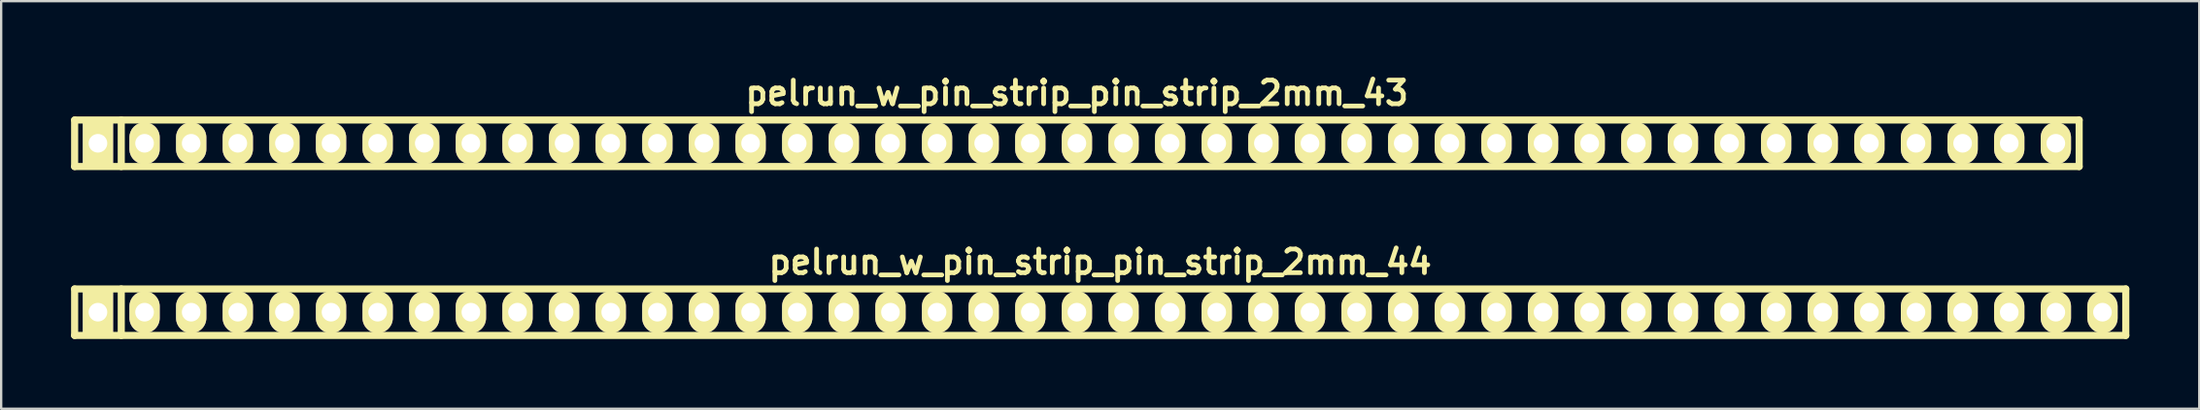
<source format=kicad_pcb>
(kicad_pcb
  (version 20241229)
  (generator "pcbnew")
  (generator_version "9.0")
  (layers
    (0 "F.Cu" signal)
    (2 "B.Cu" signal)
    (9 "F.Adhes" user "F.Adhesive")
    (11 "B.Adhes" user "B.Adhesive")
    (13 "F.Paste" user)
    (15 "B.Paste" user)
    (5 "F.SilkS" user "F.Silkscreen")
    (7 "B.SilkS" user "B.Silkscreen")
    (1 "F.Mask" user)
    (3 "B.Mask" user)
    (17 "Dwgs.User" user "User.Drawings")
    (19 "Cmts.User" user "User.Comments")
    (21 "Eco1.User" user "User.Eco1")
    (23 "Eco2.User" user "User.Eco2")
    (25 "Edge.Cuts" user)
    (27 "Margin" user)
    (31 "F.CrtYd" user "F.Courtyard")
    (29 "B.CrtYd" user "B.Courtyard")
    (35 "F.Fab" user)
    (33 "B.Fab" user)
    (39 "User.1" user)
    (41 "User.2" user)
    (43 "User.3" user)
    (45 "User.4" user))
  (footprint "pelrun_w_pin_strip_pin_strip_2mm_44"
    (layer "F.Cu")
    (at 44.152 10.372)
    (property "Reference" "pelrun_w_pin_strip_pin_strip_2mm_44" (at 0 -2.159 0) (layer "F.SilkS") (effects (font (size 1.016 1.016) (thickness 0.203))))
    (attr through_hole)
    (fp_line (start -44 -1) (end 44 -1) (stroke (width 0.305) (type solid)) (layer "F.SilkS"))
    (fp_line (start -44 1) (end -44 -1) (stroke (width 0.305) (type solid)) (layer "F.SilkS"))
    (fp_line (start -42 -1) (end -42 1) (stroke (width 0.305) (type solid)) (layer "F.SilkS"))
    (fp_line (start 44 -1) (end 44 1) (stroke (width 0.305) (type solid)) (layer "F.SilkS"))
    (fp_line (start 44 1) (end -44 1) (stroke (width 0.305) (type solid)) (layer "F.SilkS"))
    (pad "1" thru_hole rect (at -43 0) (size 1.3 1.8) (drill 0.8) (layers "*.Cu" "*.Mask" "F.SilkS"))
    (pad "2" thru_hole oval (at -41 0) (size 1.3 1.8) (drill 0.8) (layers "*.Cu" "*.Mask" "F.SilkS"))
    (pad "3" thru_hole oval (at -39 0) (size 1.3 1.8) (drill 0.8) (layers "*.Cu" "*.Mask" "F.SilkS"))
    (pad "4" thru_hole oval (at -37 0) (size 1.3 1.8) (drill 0.8) (layers "*.Cu" "*.Mask" "F.SilkS"))
    (pad "5" thru_hole oval (at -35 0) (size 1.3 1.8) (drill 0.8) (layers "*.Cu" "*.Mask" "F.SilkS"))
    (pad "6" thru_hole oval (at -33 0) (size 1.3 1.8) (drill 0.8) (layers "*.Cu" "*.Mask" "F.SilkS"))
    (pad "7" thru_hole oval (at -31 0) (size 1.3 1.8) (drill 0.8) (layers "*.Cu" "*.Mask" "F.SilkS"))
    (pad "8" thru_hole oval (at -29 0) (size 1.3 1.8) (drill 0.8) (layers "*.Cu" "*.Mask" "F.SilkS"))
    (pad "9" thru_hole oval (at -27 0) (size 1.3 1.8) (drill 0.8) (layers "*.Cu" "*.Mask" "F.SilkS"))
    (pad "10" thru_hole oval (at -25 0) (size 1.3 1.8) (drill 0.8) (layers "*.Cu" "*.Mask" "F.SilkS"))
    (pad "11" thru_hole oval (at -23 0) (size 1.3 1.8) (drill 0.8) (layers "*.Cu" "*.Mask" "F.SilkS"))
    (pad "12" thru_hole oval (at -21 0) (size 1.3 1.8) (drill 0.8) (layers "*.Cu" "*.Mask" "F.SilkS"))
    (pad "13" thru_hole oval (at -19 0) (size 1.3 1.8) (drill 0.8) (layers "*.Cu" "*.Mask" "F.SilkS"))
    (pad "14" thru_hole oval (at -17 0) (size 1.3 1.8) (drill 0.8) (layers "*.Cu" "*.Mask" "F.SilkS"))
    (pad "15" thru_hole oval (at -15 0) (size 1.3 1.8) (drill 0.8) (layers "*.Cu" "*.Mask" "F.SilkS"))
    (pad "16" thru_hole oval (at -13 0) (size 1.3 1.8) (drill 0.8) (layers "*.Cu" "*.Mask" "F.SilkS"))
    (pad "17" thru_hole oval (at -11 0) (size 1.3 1.8) (drill 0.8) (layers "*.Cu" "*.Mask" "F.SilkS"))
    (pad "18" thru_hole oval (at -9 0) (size 1.3 1.8) (drill 0.8) (layers "*.Cu" "*.Mask" "F.SilkS"))
    (pad "19" thru_hole oval (at -7 0) (size 1.3 1.8) (drill 0.8) (layers "*.Cu" "*.Mask" "F.SilkS"))
    (pad "20" thru_hole oval (at -5 0) (size 1.3 1.8) (drill 0.8) (layers "*.Cu" "*.Mask" "F.SilkS"))
    (pad "21" thru_hole oval (at -3 0) (size 1.3 1.8) (drill 0.8) (layers "*.Cu" "*.Mask" "F.SilkS"))
    (pad "22" thru_hole oval (at -1 0) (size 1.3 1.8) (drill 0.8) (layers "*.Cu" "*.Mask" "F.SilkS"))
    (pad "23" thru_hole oval (at 1 0) (size 1.3 1.8) (drill 0.8) (layers "*.Cu" "*.Mask" "F.SilkS"))
    (pad "24" thru_hole oval (at 3 0) (size 1.3 1.8) (drill 0.8) (layers "*.Cu" "*.Mask" "F.SilkS"))
    (pad "25" thru_hole oval (at 5 0) (size 1.3 1.8) (drill 0.8) (layers "*.Cu" "*.Mask" "F.SilkS"))
    (pad "26" thru_hole oval (at 7 0) (size 1.3 1.8) (drill 0.8) (layers "*.Cu" "*.Mask" "F.SilkS"))
    (pad "27" thru_hole oval (at 9 0) (size 1.3 1.8) (drill 0.8) (layers "*.Cu" "*.Mask" "F.SilkS"))
    (pad "28" thru_hole oval (at 11 0) (size 1.3 1.8) (drill 0.8) (layers "*.Cu" "*.Mask" "F.SilkS"))
    (pad "29" thru_hole oval (at 13 0) (size 1.3 1.8) (drill 0.8) (layers "*.Cu" "*.Mask" "F.SilkS"))
    (pad "30" thru_hole oval (at 15 0) (size 1.3 1.8) (drill 0.8) (layers "*.Cu" "*.Mask" "F.SilkS"))
    (pad "31" thru_hole oval (at 17 0) (size 1.3 1.8) (drill 0.8) (layers "*.Cu" "*.Mask" "F.SilkS"))
    (pad "32" thru_hole oval (at 19 0) (size 1.3 1.8) (drill 0.8) (layers "*.Cu" "*.Mask" "F.SilkS"))
    (pad "33" thru_hole oval (at 21 0) (size 1.3 1.8) (drill 0.8) (layers "*.Cu" "*.Mask" "F.SilkS"))
    (pad "34" thru_hole oval (at 23 0) (size 1.3 1.8) (drill 0.8) (layers "*.Cu" "*.Mask" "F.SilkS"))
    (pad "35" thru_hole oval (at 25 0) (size 1.3 1.8) (drill 0.8) (layers "*.Cu" "*.Mask" "F.SilkS"))
    (pad "36" thru_hole oval (at 27 0) (size 1.3 1.8) (drill 0.8) (layers "*.Cu" "*.Mask" "F.SilkS"))
    (pad "37" thru_hole oval (at 29 0) (size 1.3 1.8) (drill 0.8) (layers "*.Cu" "*.Mask" "F.SilkS"))
    (pad "38" thru_hole oval (at 31 0) (size 1.3 1.8) (drill 0.8) (layers "*.Cu" "*.Mask" "F.SilkS"))
    (pad "39" thru_hole oval (at 33 0) (size 1.3 1.8) (drill 0.8) (layers "*.Cu" "*.Mask" "F.SilkS"))
    (pad "40" thru_hole oval (at 35 0) (size 1.3 1.8) (drill 0.8) (layers "*.Cu" "*.Mask" "F.SilkS"))
    (pad "41" thru_hole oval (at 37 0) (size 1.3 1.8) (drill 0.8) (layers "*.Cu" "*.Mask" "F.SilkS"))
    (pad "42" thru_hole oval (at 39 0) (size 1.3 1.8) (drill 0.8) (layers "*.Cu" "*.Mask" "F.SilkS"))
    (pad "43" thru_hole oval (at 41 0) (size 1.3 1.8) (drill 0.8) (layers "*.Cu" "*.Mask" "F.SilkS"))
    (pad "44" thru_hole oval (at 43 0) (size 1.3 1.8) (drill 0.8) (layers "*.Cu" "*.Mask" "F.SilkS")))
  (footprint "pelrun_w_pin_strip_pin_strip_2mm_43"
    (layer "F.Cu")
    (at 43.152 3.11)
    (property "Reference" "pelrun_w_pin_strip_pin_strip_2mm_43" (at 0 -2.159 0) (layer "F.SilkS") (effects (font (size 1.016 1.016) (thickness 0.203))))
    (attr through_hole)
    (fp_line (start -43 -1) (end 43 -1) (stroke (width 0.305) (type solid)) (layer "F.SilkS"))
    (fp_line (start -43 1) (end -43 -1) (stroke (width 0.305) (type solid)) (layer "F.SilkS"))
    (fp_line (start -41 -1) (end -41 1) (stroke (width 0.305) (type solid)) (layer "F.SilkS"))
    (fp_line (start 43 -1) (end 43 1) (stroke (width 0.305) (type solid)) (layer "F.SilkS"))
    (fp_line (start 43 1) (end -43 1) (stroke (width 0.305) (type solid)) (layer "F.SilkS"))
    (pad "1" thru_hole rect (at -42 0) (size 1.3 1.8) (drill 0.8) (layers "*.Cu" "*.Mask" "F.SilkS"))
    (pad "2" thru_hole oval (at -40 0) (size 1.3 1.8) (drill 0.8) (layers "*.Cu" "*.Mask" "F.SilkS"))
    (pad "3" thru_hole oval (at -38 0) (size 1.3 1.8) (drill 0.8) (layers "*.Cu" "*.Mask" "F.SilkS"))
    (pad "4" thru_hole oval (at -36 0) (size 1.3 1.8) (drill 0.8) (layers "*.Cu" "*.Mask" "F.SilkS"))
    (pad "5" thru_hole oval (at -34 0) (size 1.3 1.8) (drill 0.8) (layers "*.Cu" "*.Mask" "F.SilkS"))
    (pad "6" thru_hole oval (at -32 0) (size 1.3 1.8) (drill 0.8) (layers "*.Cu" "*.Mask" "F.SilkS"))
    (pad "7" thru_hole oval (at -30 0) (size 1.3 1.8) (drill 0.8) (layers "*.Cu" "*.Mask" "F.SilkS"))
    (pad "8" thru_hole oval (at -28 0) (size 1.3 1.8) (drill 0.8) (layers "*.Cu" "*.Mask" "F.SilkS"))
    (pad "9" thru_hole oval (at -26 0) (size 1.3 1.8) (drill 0.8) (layers "*.Cu" "*.Mask" "F.SilkS"))
    (pad "10" thru_hole oval (at -24 0) (size 1.3 1.8) (drill 0.8) (layers "*.Cu" "*.Mask" "F.SilkS"))
    (pad "11" thru_hole oval (at -22 0) (size 1.3 1.8) (drill 0.8) (layers "*.Cu" "*.Mask" "F.SilkS"))
    (pad "12" thru_hole oval (at -20 0) (size 1.3 1.8) (drill 0.8) (layers "*.Cu" "*.Mask" "F.SilkS"))
    (pad "13" thru_hole oval (at -18 0) (size 1.3 1.8) (drill 0.8) (layers "*.Cu" "*.Mask" "F.SilkS"))
    (pad "14" thru_hole oval (at -16 0) (size 1.3 1.8) (drill 0.8) (layers "*.Cu" "*.Mask" "F.SilkS"))
    (pad "15" thru_hole oval (at -14 0) (size 1.3 1.8) (drill 0.8) (layers "*.Cu" "*.Mask" "F.SilkS"))
    (pad "16" thru_hole oval (at -12 0) (size 1.3 1.8) (drill 0.8) (layers "*.Cu" "*.Mask" "F.SilkS"))
    (pad "17" thru_hole oval (at -10 0) (size 1.3 1.8) (drill 0.8) (layers "*.Cu" "*.Mask" "F.SilkS"))
    (pad "18" thru_hole oval (at -8 0) (size 1.3 1.8) (drill 0.8) (layers "*.Cu" "*.Mask" "F.SilkS"))
    (pad "19" thru_hole oval (at -6 0) (size 1.3 1.8) (drill 0.8) (layers "*.Cu" "*.Mask" "F.SilkS"))
    (pad "20" thru_hole oval (at -4 0) (size 1.3 1.8) (drill 0.8) (layers "*.Cu" "*.Mask" "F.SilkS"))
    (pad "21" thru_hole oval (at -2 0) (size 1.3 1.8) (drill 0.8) (layers "*.Cu" "*.Mask" "F.SilkS"))
    (pad "22" thru_hole oval (at 0 0) (size 1.3 1.8) (drill 0.8) (layers "*.Cu" "*.Mask" "F.SilkS"))
    (pad "23" thru_hole oval (at 2 0) (size 1.3 1.8) (drill 0.8) (layers "*.Cu" "*.Mask" "F.SilkS"))
    (pad "24" thru_hole oval (at 4 0) (size 1.3 1.8) (drill 0.8) (layers "*.Cu" "*.Mask" "F.SilkS"))
    (pad "25" thru_hole oval (at 6 0) (size 1.3 1.8) (drill 0.8) (layers "*.Cu" "*.Mask" "F.SilkS"))
    (pad "26" thru_hole oval (at 8 0) (size 1.3 1.8) (drill 0.8) (layers "*.Cu" "*.Mask" "F.SilkS"))
    (pad "27" thru_hole oval (at 10 0) (size 1.3 1.8) (drill 0.8) (layers "*.Cu" "*.Mask" "F.SilkS"))
    (pad "28" thru_hole oval (at 12 0) (size 1.3 1.8) (drill 0.8) (layers "*.Cu" "*.Mask" "F.SilkS"))
    (pad "29" thru_hole oval (at 14 0) (size 1.3 1.8) (drill 0.8) (layers "*.Cu" "*.Mask" "F.SilkS"))
    (pad "30" thru_hole oval (at 16 0) (size 1.3 1.8) (drill 0.8) (layers "*.Cu" "*.Mask" "F.SilkS"))
    (pad "31" thru_hole oval (at 18 0) (size 1.3 1.8) (drill 0.8) (layers "*.Cu" "*.Mask" "F.SilkS"))
    (pad "32" thru_hole oval (at 20 0) (size 1.3 1.8) (drill 0.8) (layers "*.Cu" "*.Mask" "F.SilkS"))
    (pad "33" thru_hole oval (at 22 0) (size 1.3 1.8) (drill 0.8) (layers "*.Cu" "*.Mask" "F.SilkS"))
    (pad "34" thru_hole oval (at 24 0) (size 1.3 1.8) (drill 0.8) (layers "*.Cu" "*.Mask" "F.SilkS"))
    (pad "35" thru_hole oval (at 26 0) (size 1.3 1.8) (drill 0.8) (layers "*.Cu" "*.Mask" "F.SilkS"))
    (pad "36" thru_hole oval (at 28 0) (size 1.3 1.8) (drill 0.8) (layers "*.Cu" "*.Mask" "F.SilkS"))
    (pad "37" thru_hole oval (at 30 0) (size 1.3 1.8) (drill 0.8) (layers "*.Cu" "*.Mask" "F.SilkS"))
    (pad "38" thru_hole oval (at 32 0) (size 1.3 1.8) (drill 0.8) (layers "*.Cu" "*.Mask" "F.SilkS"))
    (pad "39" thru_hole oval (at 34 0) (size 1.3 1.8) (drill 0.8) (layers "*.Cu" "*.Mask" "F.SilkS"))
    (pad "40" thru_hole oval (at 36 0) (size 1.3 1.8) (drill 0.8) (layers "*.Cu" "*.Mask" "F.SilkS"))
    (pad "41" thru_hole oval (at 38 0) (size 1.3 1.8) (drill 0.8) (layers "*.Cu" "*.Mask" "F.SilkS"))
    (pad "42" thru_hole oval (at 40 0) (size 1.3 1.8) (drill 0.8) (layers "*.Cu" "*.Mask" "F.SilkS"))
    (pad "43" thru_hole oval (at 42 0) (size 1.3 1.8) (drill 0.8) (layers "*.Cu" "*.Mask" "F.SilkS")))
  (gr_rect
    (start -3 -3)
    (end 91.305 14.525)
    (stroke (width 0.1) (type default))
    (fill no)
    (layer "Edge.Cuts")))
</source>
